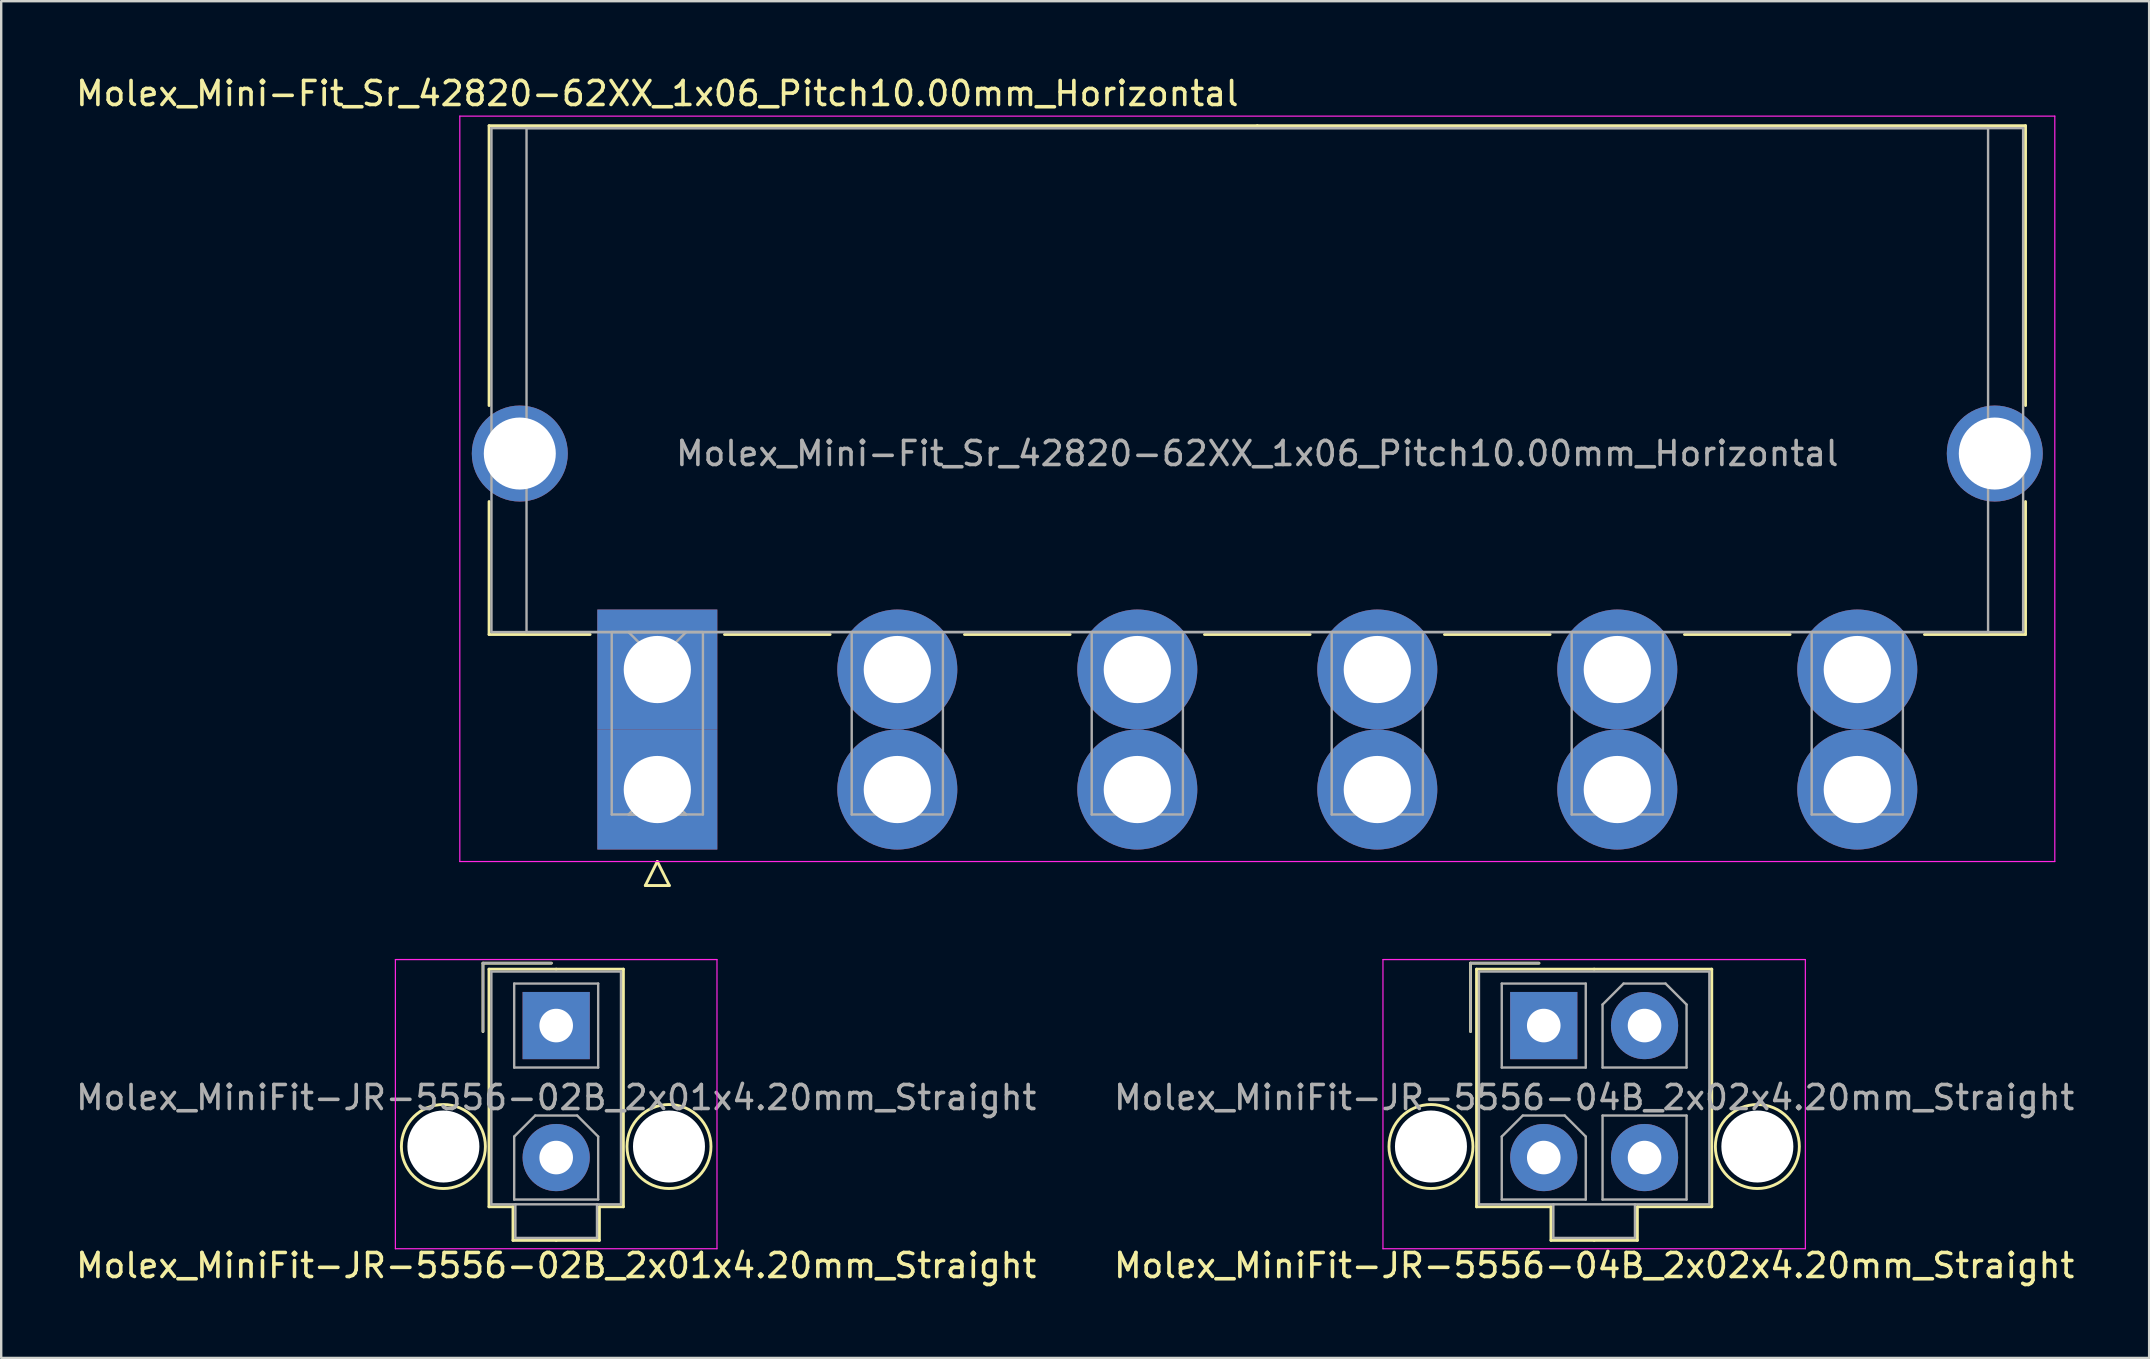
<source format=kicad_pcb>
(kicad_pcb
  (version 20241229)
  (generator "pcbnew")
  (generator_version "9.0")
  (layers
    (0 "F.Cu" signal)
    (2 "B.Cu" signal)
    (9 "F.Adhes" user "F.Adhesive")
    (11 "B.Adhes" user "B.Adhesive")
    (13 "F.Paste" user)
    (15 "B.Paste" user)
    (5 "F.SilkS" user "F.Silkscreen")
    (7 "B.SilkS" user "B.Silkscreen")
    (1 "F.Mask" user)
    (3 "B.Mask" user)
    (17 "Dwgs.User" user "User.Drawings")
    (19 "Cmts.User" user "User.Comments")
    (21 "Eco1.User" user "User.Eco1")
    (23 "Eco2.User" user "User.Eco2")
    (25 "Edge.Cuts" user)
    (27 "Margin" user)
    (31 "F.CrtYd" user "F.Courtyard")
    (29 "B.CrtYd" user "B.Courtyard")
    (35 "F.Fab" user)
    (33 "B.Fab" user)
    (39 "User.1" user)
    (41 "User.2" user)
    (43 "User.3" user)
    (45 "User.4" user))
  (footprint "Molex_MiniFit-JR-5556-02B_2x01x4.20mm_Straight"
    (layer "F.Cu")
    (at 20.125 39.683)
    (property "Reference" "Molex_MiniFit-JR-5556-02B_2x01x4.20mm_Straight" (at 0 10 0) (layer "F.SilkS") (effects (font (size 1 1) (thickness 0.15))))
    (attr through_hole)
    (fp_line (start -3.05 -2.6) (end -3.05 0.25) (stroke (width 0.12) (type solid)) (layer "F.SilkS"))
    (fp_line (start -2.8 -2.35) (end -2.8 7.55) (stroke (width 0.12) (type solid)) (layer "F.SilkS"))
    (fp_line (start -2.8 7.55) (end -1.8 7.55) (stroke (width 0.12) (type solid)) (layer "F.SilkS"))
    (fp_line (start -1.8 7.55) (end -1.8 8.95) (stroke (width 0.12) (type solid)) (layer "F.SilkS"))
    (fp_line (start -1.8 8.95) (end 0 8.95) (stroke (width 0.12) (type solid)) (layer "F.SilkS"))
    (fp_line (start -0.2 -2.6) (end -3.05 -2.6) (stroke (width 0.12) (type solid)) (layer "F.SilkS"))
    (fp_line (start 0 -2.35) (end -2.8 -2.35) (stroke (width 0.12) (type solid)) (layer "F.SilkS"))
    (fp_line (start 0 -2.35) (end 2.8 -2.35) (stroke (width 0.12) (type solid)) (layer "F.SilkS"))
    (fp_line (start 1.8 7.55) (end 1.8 8.95) (stroke (width 0.12) (type solid)) (layer "F.SilkS"))
    (fp_line (start 1.8 8.95) (end 0 8.95) (stroke (width 0.12) (type solid)) (layer "F.SilkS"))
    (fp_line (start 2.8 -2.35) (end 2.8 7.55) (stroke (width 0.12) (type solid)) (layer "F.SilkS"))
    (fp_line (start 2.8 7.55) (end 1.8 7.55) (stroke (width 0.12) (type solid)) (layer "F.SilkS"))
    (fp_circle (center -4.7 5.04) (end -2.95 5.04) (stroke (width 0.12) (type solid)) (fill no) (layer "F.SilkS"))
    (fp_circle (center 4.7 5.04) (end 6.45 5.04) (stroke (width 0.12) (type solid)) (fill no) (layer "F.SilkS"))
    (fp_line (start -6.7 -2.75) (end -6.7 9.3) (stroke (width 0.05) (type solid)) (layer "F.CrtYd"))
    (fp_line (start -6.7 9.3) (end 6.7 9.3) (stroke (width 0.05) (type solid)) (layer "F.CrtYd"))
    (fp_line (start 6.7 -2.75) (end -6.7 -2.75) (stroke (width 0.05) (type solid)) (layer "F.CrtYd"))
    (fp_line (start 6.7 9.3) (end 6.7 -2.75) (stroke (width 0.05) (type solid)) (layer "F.CrtYd"))
    (fp_line (start -3.05 -2.6) (end -3.05 0.25) (stroke (width 0.1) (type solid)) (layer "F.Fab"))
    (fp_line (start -2.7 -2.25) (end -2.7 7.45) (stroke (width 0.1) (type solid)) (layer "F.Fab"))
    (fp_line (start -2.7 7.45) (end 2.7 7.45) (stroke (width 0.1) (type solid)) (layer "F.Fab"))
    (fp_line (start -1.75 -1.75) (end -1.75 1.75) (stroke (width 0.1) (type solid)) (layer "F.Fab"))
    (fp_line (start -1.75 1.75) (end 1.75 1.75) (stroke (width 0.1) (type solid)) (layer "F.Fab"))
    (fp_line (start -1.75 4.625) (end -0.875 3.75) (stroke (width 0.1) (type solid)) (layer "F.Fab"))
    (fp_line (start -1.75 7.25) (end -1.75 4.625) (stroke (width 0.1) (type solid)) (layer "F.Fab"))
    (fp_line (start -1.7 7.45) (end -1.7 8.85) (stroke (width 0.1) (type solid)) (layer "F.Fab"))
    (fp_line (start -1.7 8.85) (end 1.7 8.85) (stroke (width 0.1) (type solid)) (layer "F.Fab"))
    (fp_line (start -0.875 3.75) (end 0.875 3.75) (stroke (width 0.1) (type solid)) (layer "F.Fab"))
    (fp_line (start -0.2 -2.6) (end -3.05 -2.6) (stroke (width 0.1) (type solid)) (layer "F.Fab"))
    (fp_line (start 0.875 3.75) (end 1.75 4.625) (stroke (width 0.1) (type solid)) (layer "F.Fab"))
    (fp_line (start 1.7 8.85) (end 1.7 7.45) (stroke (width 0.1) (type solid)) (layer "F.Fab"))
    (fp_line (start 1.75 -1.75) (end -1.75 -1.75) (stroke (width 0.1) (type solid)) (layer "F.Fab"))
    (fp_line (start 1.75 1.75) (end 1.75 -1.75) (stroke (width 0.1) (type solid)) (layer "F.Fab"))
    (fp_line (start 1.75 4.625) (end 1.75 7.25) (stroke (width 0.1) (type solid)) (layer "F.Fab"))
    (fp_line (start 1.75 7.25) (end -1.75 7.25) (stroke (width 0.1) (type solid)) (layer "F.Fab"))
    (fp_line (start 2.7 -2.25) (end -2.7 -2.25) (stroke (width 0.1) (type solid)) (layer "F.Fab"))
    (fp_line (start 2.7 7.45) (end 2.7 -2.25) (stroke (width 0.1) (type solid)) (layer "F.Fab"))
    (fp_text user "${REFERENCE}" (at 0 3 0) (layer "F.Fab") (effects (font (size 1 1) (thickness 0.15))))
    (pad "" np_thru_hole circle (at -4.7 5.04) (size 3 3) (drill 3) (layers "*.Cu" "*.Mask"))
    (pad "" np_thru_hole circle (at 4.7 5.04) (size 3 3) (drill 3) (layers "*.Cu" "*.Mask"))
    (pad "1" thru_hole rect (at 0 0) (size 2.8 2.8) (drill 1.4) (layers "*.Cu" "*.Mask"))
    (pad "2" thru_hole circle (at 0 5.5) (size 2.8 2.8) (drill 1.4) (layers "*.Cu" "*.Mask")))
  (footprint "Molex_Mini-Fit_Sr_42820-62XX_1x06_Pitch10.00mm_Horizontal"
    (layer "F.Cu")
    (at 24.339 24.848)
    (property "Reference" "Molex_Mini-Fit_Sr_42820-62XX_1x06_Pitch10.00mm_Horizontal" (at 0 -24 0) (layer "F.SilkS") (effects (font (size 1 1) (thickness 0.15))))
    (attr through_hole)
    (fp_line (start -7.01 -22.66) (end -7.01 -11) (stroke (width 0.12) (type solid)) (layer "F.SilkS"))
    (fp_line (start -7.01 -7) (end -7.01 -1.46) (stroke (width 0.12) (type solid)) (layer "F.SilkS"))
    (fp_line (start -7.01 -1.46) (end -2.8 -1.46) (stroke (width 0.12) (type solid)) (layer "F.SilkS"))
    (fp_line (start -0.5 9) (end 0 8) (stroke (width 0.12) (type solid)) (layer "F.SilkS"))
    (fp_line (start 0 8) (end 0.5 9) (stroke (width 0.12) (type solid)) (layer "F.SilkS"))
    (fp_line (start 0.5 9) (end -0.5 9) (stroke (width 0.12) (type solid)) (layer "F.SilkS"))
    (fp_line (start 2.8 -1.46) (end 7.2 -1.46) (stroke (width 0.12) (type solid)) (layer "F.SilkS"))
    (fp_line (start 12.8 -1.46) (end 17.2 -1.46) (stroke (width 0.12) (type solid)) (layer "F.SilkS"))
    (fp_line (start 22.8 -1.46) (end 27.2 -1.46) (stroke (width 0.12) (type solid)) (layer "F.SilkS"))
    (fp_line (start 25 -22.66) (end -7.01 -22.66) (stroke (width 0.12) (type solid)) (layer "F.SilkS"))
    (fp_line (start 25 -22.66) (end 57.01 -22.66) (stroke (width 0.12) (type solid)) (layer "F.SilkS"))
    (fp_line (start 32.8 -1.46) (end 37.2 -1.46) (stroke (width 0.12) (type solid)) (layer "F.SilkS"))
    (fp_line (start 42.8 -1.46) (end 47.2 -1.46) (stroke (width 0.12) (type solid)) (layer "F.SilkS"))
    (fp_line (start 57.01 -22.66) (end 57.01 -11) (stroke (width 0.12) (type solid)) (layer "F.SilkS"))
    (fp_line (start 57.01 -7) (end 57.01 -1.46) (stroke (width 0.12) (type solid)) (layer "F.SilkS"))
    (fp_line (start 57.01 -1.46) (end 52.8 -1.46) (stroke (width 0.12) (type solid)) (layer "F.SilkS"))
    (fp_line (start -8.23 -23.06) (end -8.23 8) (stroke (width 0.05) (type solid)) (layer "F.CrtYd"))
    (fp_line (start -8.23 8) (end 58.23 8) (stroke (width 0.05) (type solid)) (layer "F.CrtYd"))
    (fp_line (start 58.23 -23.06) (end -8.23 -23.06) (stroke (width 0.05) (type solid)) (layer "F.CrtYd"))
    (fp_line (start 58.23 8) (end 58.23 -23.06) (stroke (width 0.05) (type solid)) (layer "F.CrtYd"))
    (fp_line (start -6.91 -22.56) (end -6.91 -1.56) (stroke (width 0.1) (type solid)) (layer "F.Fab"))
    (fp_line (start -6.91 -1.56) (end 56.91 -1.56) (stroke (width 0.1) (type solid)) (layer "F.Fab"))
    (fp_line (start -5.45 -22.56) (end -5.45 -1.56) (stroke (width 0.1) (type solid)) (layer "F.Fab"))
    (fp_line (start -5.45 -1.56) (end 55.45 -1.56) (stroke (width 0.1) (type solid)) (layer "F.Fab"))
    (fp_line (start -1.9 -1.56) (end -1.9 6.04) (stroke (width 0.1) (type solid)) (layer "F.Fab"))
    (fp_line (start -1.9 6.04) (end 1.9 6.04) (stroke (width 0.1) (type solid)) (layer "F.Fab"))
    (fp_line (start -1.2 -1.56) (end 0 -0.36) (stroke (width 0.1) (type solid)) (layer "F.Fab"))
    (fp_line (start -1.2 6.04) (end 0 4.84) (stroke (width 0.1) (type solid)) (layer "F.Fab"))
    (fp_line (start 0 -0.36) (end 1.2 -1.56) (stroke (width 0.1) (type solid)) (layer "F.Fab"))
    (fp_line (start 0 4.84) (end 1.2 6.04) (stroke (width 0.1) (type solid)) (layer "F.Fab"))
    (fp_line (start 1.2 -1.56) (end -1.2 -1.56) (stroke (width 0.1) (type solid)) (layer "F.Fab"))
    (fp_line (start 1.2 6.04) (end -1.2 6.04) (stroke (width 0.1) (type solid)) (layer "F.Fab"))
    (fp_line (start 1.9 -1.56) (end -1.9 -1.56) (stroke (width 0.1) (type solid)) (layer "F.Fab"))
    (fp_line (start 1.9 6.04) (end 1.9 -1.56) (stroke (width 0.1) (type solid)) (layer "F.Fab"))
    (fp_line (start 8.1 -1.56) (end 8.1 6.04) (stroke (width 0.1) (type solid)) (layer "F.Fab"))
    (fp_line (start 8.1 6.04) (end 11.9 6.04) (stroke (width 0.1) (type solid)) (layer "F.Fab"))
    (fp_line (start 11.9 -1.56) (end 8.1 -1.56) (stroke (width 0.1) (type solid)) (layer "F.Fab"))
    (fp_line (start 11.9 6.04) (end 11.9 -1.56) (stroke (width 0.1) (type solid)) (layer "F.Fab"))
    (fp_line (start 18.1 -1.56) (end 18.1 6.04) (stroke (width 0.1) (type solid)) (layer "F.Fab"))
    (fp_line (start 18.1 6.04) (end 21.9 6.04) (stroke (width 0.1) (type solid)) (layer "F.Fab"))
    (fp_line (start 21.9 -1.56) (end 18.1 -1.56) (stroke (width 0.1) (type solid)) (layer "F.Fab"))
    (fp_line (start 21.9 6.04) (end 21.9 -1.56) (stroke (width 0.1) (type solid)) (layer "F.Fab"))
    (fp_line (start 28.1 -1.56) (end 28.1 6.04) (stroke (width 0.1) (type solid)) (layer "F.Fab"))
    (fp_line (start 28.1 6.04) (end 31.9 6.04) (stroke (width 0.1) (type solid)) (layer "F.Fab"))
    (fp_line (start 31.9 -1.56) (end 28.1 -1.56) (stroke (width 0.1) (type solid)) (layer "F.Fab"))
    (fp_line (start 31.9 6.04) (end 31.9 -1.56) (stroke (width 0.1) (type solid)) (layer "F.Fab"))
    (fp_line (start 38.1 -1.56) (end 38.1 6.04) (stroke (width 0.1) (type solid)) (layer "F.Fab"))
    (fp_line (start 38.1 6.04) (end 41.9 6.04) (stroke (width 0.1) (type solid)) (layer "F.Fab"))
    (fp_line (start 41.9 -1.56) (end 38.1 -1.56) (stroke (width 0.1) (type solid)) (layer "F.Fab"))
    (fp_line (start 41.9 6.04) (end 41.9 -1.56) (stroke (width 0.1) (type solid)) (layer "F.Fab"))
    (fp_line (start 48.1 -1.56) (end 48.1 6.04) (stroke (width 0.1) (type solid)) (layer "F.Fab"))
    (fp_line (start 48.1 6.04) (end 51.9 6.04) (stroke (width 0.1) (type solid)) (layer "F.Fab"))
    (fp_line (start 51.9 -1.56) (end 48.1 -1.56) (stroke (width 0.1) (type solid)) (layer "F.Fab"))
    (fp_line (start 51.9 6.04) (end 51.9 -1.56) (stroke (width 0.1) (type solid)) (layer "F.Fab"))
    (fp_line (start 55.45 -22.56) (end -5.45 -22.56) (stroke (width 0.1) (type solid)) (layer "F.Fab"))
    (fp_line (start 55.45 -1.56) (end 55.45 -22.56) (stroke (width 0.1) (type solid)) (layer "F.Fab"))
    (fp_line (start 56.91 -22.56) (end -6.91 -22.56) (stroke (width 0.1) (type solid)) (layer "F.Fab"))
    (fp_line (start 56.91 -1.56) (end 56.91 -22.56) (stroke (width 0.1) (type solid)) (layer "F.Fab"))
    (fp_text user "${REFERENCE}" (at 25 -9 0) (layer "F.Fab") (effects (font (size 1 1) (thickness 0.15))))
    (pad "" thru_hole circle (at -5.73 -9) (size 4 4) (drill 3) (layers "*.Cu" "*.Mask"))
    (pad "" thru_hole circle (at 55.73 -9) (size 4 4) (drill 3) (layers "*.Cu" "*.Mask"))
    (pad "1" thru_hole rect (at 0 0) (size 5 5) (drill 2.8) (layers "*.Cu" "*.Mask"))
    (pad "1" thru_hole rect (at 0 5) (size 5 5) (drill 2.8) (layers "*.Cu" "*.Mask"))
    (pad "2" thru_hole circle (at 10 0) (size 5 5) (drill 2.8) (layers "*.Cu" "*.Mask"))
    (pad "2" thru_hole circle (at 10 5) (size 5 5) (drill 2.8) (layers "*.Cu" "*.Mask"))
    (pad "3" thru_hole circle (at 20 0) (size 5 5) (drill 2.8) (layers "*.Cu" "*.Mask"))
    (pad "3" thru_hole circle (at 20 5) (size 5 5) (drill 2.8) (layers "*.Cu" "*.Mask"))
    (pad "4" thru_hole circle (at 30 0) (size 5 5) (drill 2.8) (layers "*.Cu" "*.Mask"))
    (pad "4" thru_hole circle (at 30 5) (size 5 5) (drill 2.8) (layers "*.Cu" "*.Mask"))
    (pad "5" thru_hole circle (at 40 0) (size 5 5) (drill 2.8) (layers "*.Cu" "*.Mask"))
    (pad "5" thru_hole circle (at 40 5) (size 5 5) (drill 2.8) (layers "*.Cu" "*.Mask"))
    (pad "6" thru_hole circle (at 50 0) (size 5 5) (drill 2.8) (layers "*.Cu" "*.Mask"))
    (pad "6" thru_hole circle (at 50 5) (size 5 5) (drill 2.8) (layers "*.Cu" "*.Mask")))
  (footprint "Molex_MiniFit-JR-5556-04B_2x02x4.20mm_Straight"
    (layer "F.Cu")
    (at 61.275 39.683)
    (property "Reference" "Molex_MiniFit-JR-5556-04B_2x02x4.20mm_Straight" (at 2.1 10 0) (layer "F.SilkS") (effects (font (size 1 1) (thickness 0.15))))
    (attr through_hole)
    (fp_line (start -3.05 -2.6) (end -3.05 0.25) (stroke (width 0.12) (type solid)) (layer "F.SilkS"))
    (fp_line (start -2.8 -2.35) (end -2.8 7.55) (stroke (width 0.12) (type solid)) (layer "F.SilkS"))
    (fp_line (start -2.8 7.55) (end 0.3 7.55) (stroke (width 0.12) (type solid)) (layer "F.SilkS"))
    (fp_line (start -0.2 -2.6) (end -3.05 -2.6) (stroke (width 0.12) (type solid)) (layer "F.SilkS"))
    (fp_line (start 0.3 7.55) (end 0.3 8.95) (stroke (width 0.12) (type solid)) (layer "F.SilkS"))
    (fp_line (start 0.3 8.95) (end 2.1 8.95) (stroke (width 0.12) (type solid)) (layer "F.SilkS"))
    (fp_line (start 2.1 -2.35) (end -2.8 -2.35) (stroke (width 0.12) (type solid)) (layer "F.SilkS"))
    (fp_line (start 2.1 -2.35) (end 7 -2.35) (stroke (width 0.12) (type solid)) (layer "F.SilkS"))
    (fp_line (start 3.9 7.55) (end 3.9 8.95) (stroke (width 0.12) (type solid)) (layer "F.SilkS"))
    (fp_line (start 3.9 8.95) (end 2.1 8.95) (stroke (width 0.12) (type solid)) (layer "F.SilkS"))
    (fp_line (start 7 -2.35) (end 7 7.55) (stroke (width 0.12) (type solid)) (layer "F.SilkS"))
    (fp_line (start 7 7.55) (end 3.9 7.55) (stroke (width 0.12) (type solid)) (layer "F.SilkS"))
    (fp_circle (center -4.7 5.04) (end -2.95 5.04) (stroke (width 0.12) (type solid)) (fill no) (layer "F.SilkS"))
    (fp_circle (center 8.9 5.04) (end 10.65 5.04) (stroke (width 0.12) (type solid)) (fill no) (layer "F.SilkS"))
    (fp_line (start -6.7 -2.75) (end -6.7 9.3) (stroke (width 0.05) (type solid)) (layer "F.CrtYd"))
    (fp_line (start -6.7 9.3) (end 10.9 9.3) (stroke (width 0.05) (type solid)) (layer "F.CrtYd"))
    (fp_line (start 10.9 -2.75) (end -6.7 -2.75) (stroke (width 0.05) (type solid)) (layer "F.CrtYd"))
    (fp_line (start 10.9 9.3) (end 10.9 -2.75) (stroke (width 0.05) (type solid)) (layer "F.CrtYd"))
    (fp_line (start -3.05 -2.6) (end -3.05 0.25) (stroke (width 0.1) (type solid)) (layer "F.Fab"))
    (fp_line (start -2.7 -2.25) (end -2.7 7.45) (stroke (width 0.1) (type solid)) (layer "F.Fab"))
    (fp_line (start -2.7 7.45) (end 6.9 7.45) (stroke (width 0.1) (type solid)) (layer "F.Fab"))
    (fp_line (start -1.75 -1.75) (end -1.75 1.75) (stroke (width 0.1) (type solid)) (layer "F.Fab"))
    (fp_line (start -1.75 1.75) (end 1.75 1.75) (stroke (width 0.1) (type solid)) (layer "F.Fab"))
    (fp_line (start -1.75 4.625) (end -0.875 3.75) (stroke (width 0.1) (type solid)) (layer "F.Fab"))
    (fp_line (start -1.75 7.25) (end -1.75 4.625) (stroke (width 0.1) (type solid)) (layer "F.Fab"))
    (fp_line (start -0.875 3.75) (end 0.875 3.75) (stroke (width 0.1) (type solid)) (layer "F.Fab"))
    (fp_line (start -0.2 -2.6) (end -3.05 -2.6) (stroke (width 0.1) (type solid)) (layer "F.Fab"))
    (fp_line (start 0.4 7.45) (end 0.4 8.85) (stroke (width 0.1) (type solid)) (layer "F.Fab"))
    (fp_line (start 0.4 8.85) (end 3.8 8.85) (stroke (width 0.1) (type solid)) (layer "F.Fab"))
    (fp_line (start 0.875 3.75) (end 1.75 4.625) (stroke (width 0.1) (type solid)) (layer "F.Fab"))
    (fp_line (start 1.75 -1.75) (end -1.75 -1.75) (stroke (width 0.1) (type solid)) (layer "F.Fab"))
    (fp_line (start 1.75 1.75) (end 1.75 -1.75) (stroke (width 0.1) (type solid)) (layer "F.Fab"))
    (fp_line (start 1.75 4.625) (end 1.75 7.25) (stroke (width 0.1) (type solid)) (layer "F.Fab"))
    (fp_line (start 1.75 7.25) (end -1.75 7.25) (stroke (width 0.1) (type solid)) (layer "F.Fab"))
    (fp_line (start 2.45 -0.875) (end 3.325 -1.75) (stroke (width 0.1) (type solid)) (layer "F.Fab"))
    (fp_line (start 2.45 1.75) (end 2.45 -0.875) (stroke (width 0.1) (type solid)) (layer "F.Fab"))
    (fp_line (start 2.45 3.75) (end 2.45 7.25) (stroke (width 0.1) (type solid)) (layer "F.Fab"))
    (fp_line (start 2.45 7.25) (end 5.95 7.25) (stroke (width 0.1) (type solid)) (layer "F.Fab"))
    (fp_line (start 3.325 -1.75) (end 5.075 -1.75) (stroke (width 0.1) (type solid)) (layer "F.Fab"))
    (fp_line (start 3.8 8.85) (end 3.8 7.45) (stroke (width 0.1) (type solid)) (layer "F.Fab"))
    (fp_line (start 5.075 -1.75) (end 5.95 -0.875) (stroke (width 0.1) (type solid)) (layer "F.Fab"))
    (fp_line (start 5.95 -0.875) (end 5.95 1.75) (stroke (width 0.1) (type solid)) (layer "F.Fab"))
    (fp_line (start 5.95 1.75) (end 2.45 1.75) (stroke (width 0.1) (type solid)) (layer "F.Fab"))
    (fp_line (start 5.95 3.75) (end 2.45 3.75) (stroke (width 0.1) (type solid)) (layer "F.Fab"))
    (fp_line (start 5.95 7.25) (end 5.95 3.75) (stroke (width 0.1) (type solid)) (layer "F.Fab"))
    (fp_line (start 6.9 -2.25) (end -2.7 -2.25) (stroke (width 0.1) (type solid)) (layer "F.Fab"))
    (fp_line (start 6.9 7.45) (end 6.9 -2.25) (stroke (width 0.1) (type solid)) (layer "F.Fab"))
    (fp_text user "${REFERENCE}" (at 2.1 3 0) (layer "F.Fab") (effects (font (size 1 1) (thickness 0.15))))
    (pad "" np_thru_hole circle (at -4.7 5.04) (size 3 3) (drill 3) (layers "*.Cu" "*.Mask"))
    (pad "" np_thru_hole circle (at 8.9 5.04) (size 3 3) (drill 3) (layers "*.Cu" "*.Mask"))
    (pad "1" thru_hole rect (at 0 0) (size 2.8 2.8) (drill 1.4) (layers "*.Cu" "*.Mask"))
    (pad "2" thru_hole circle (at 4.2 0) (size 2.8 2.8) (drill 1.4) (layers "*.Cu" "*.Mask"))
    (pad "3" thru_hole circle (at 0 5.5) (size 2.8 2.8) (drill 1.4) (layers "*.Cu" "*.Mask"))
    (pad "4" thru_hole circle (at 4.2 5.5) (size 2.8 2.8) (drill 1.4) (layers "*.Cu" "*.Mask")))
  (gr_rect
    (start -3 -3)
    (end 86.5 53.532)
    (stroke (width 0.1) (type default))
    (fill no)
    (layer "Edge.Cuts")))
</source>
